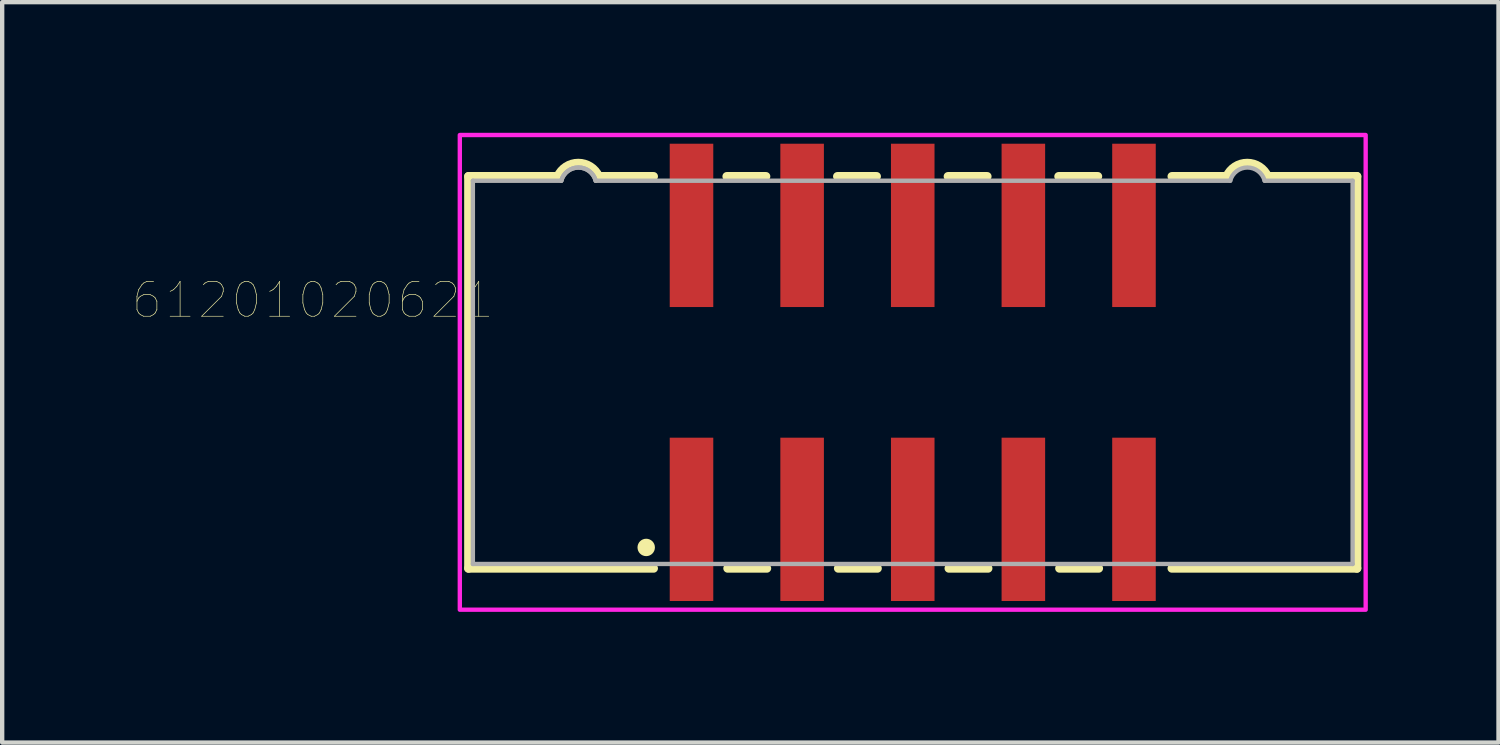
<source format=kicad_pcb>
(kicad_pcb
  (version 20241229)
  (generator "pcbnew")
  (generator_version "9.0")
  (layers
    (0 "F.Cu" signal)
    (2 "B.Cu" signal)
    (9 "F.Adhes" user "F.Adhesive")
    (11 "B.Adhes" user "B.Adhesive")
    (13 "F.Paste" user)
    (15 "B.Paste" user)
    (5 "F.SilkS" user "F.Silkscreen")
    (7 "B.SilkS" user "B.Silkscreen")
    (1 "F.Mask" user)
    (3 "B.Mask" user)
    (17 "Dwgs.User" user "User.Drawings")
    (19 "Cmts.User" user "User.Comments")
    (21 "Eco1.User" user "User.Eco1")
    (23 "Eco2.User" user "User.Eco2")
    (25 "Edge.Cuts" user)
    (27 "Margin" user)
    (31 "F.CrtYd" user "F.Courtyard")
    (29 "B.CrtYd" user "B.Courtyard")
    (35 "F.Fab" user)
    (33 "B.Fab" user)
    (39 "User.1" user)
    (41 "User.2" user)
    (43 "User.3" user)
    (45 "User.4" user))
  (footprint "61201020621"
    (layer "F.Cu")
    (at 17.908 5.5)
    (property "Reference" "61201020621" (at -13.775 -1.658 0) (layer "F.SilkS") (effects (font (size 0.8 0.8) (thickness 0.015))))
    (attr through_hole)
    (fp_line (start -10.2 -4.5) (end -10.2 4.5) (stroke (width 0.2) (type solid)) (layer "F.SilkS"))
    (fp_line (start -10.2 4.5) (end -5.95 4.5) (stroke (width 0.2) (type solid)) (layer "F.SilkS"))
    (fp_line (start -8.15 -4.5) (end -10.2 -4.5) (stroke (width 0.2) (type solid)) (layer "F.SilkS"))
    (fp_line (start -5.95 -4.5) (end -7.21 -4.5) (stroke (width 0.2) (type solid)) (layer "F.SilkS"))
    (fp_line (start -4.25 4.5) (end -3.35 4.5) (stroke (width 0.2) (type solid)) (layer "F.SilkS"))
    (fp_line (start -3.37 -4.5) (end -4.27 -4.5) (stroke (width 0.2) (type solid)) (layer "F.SilkS"))
    (fp_line (start -1.71 4.5) (end -0.81 4.5) (stroke (width 0.2) (type solid)) (layer "F.SilkS"))
    (fp_line (start -0.83 -4.5) (end -1.73 -4.5) (stroke (width 0.2) (type solid)) (layer "F.SilkS"))
    (fp_line (start 0.83 4.5) (end 1.73 4.5) (stroke (width 0.2) (type solid)) (layer "F.SilkS"))
    (fp_line (start 1.71 -4.5) (end 0.81 -4.5) (stroke (width 0.2) (type solid)) (layer "F.SilkS"))
    (fp_line (start 3.37 4.5) (end 4.27 4.5) (stroke (width 0.2) (type solid)) (layer "F.SilkS"))
    (fp_line (start 4.25 -4.5) (end 3.35 -4.5) (stroke (width 0.2) (type solid)) (layer "F.SilkS"))
    (fp_line (start 5.95 -4.5) (end 7.21 -4.5) (stroke (width 0.2) (type solid)) (layer "F.SilkS"))
    (fp_line (start 8.15 -4.5) (end 10.2 -4.5) (stroke (width 0.2) (type solid)) (layer "F.SilkS"))
    (fp_line (start 10.2 -4.5) (end 10.2 4.5) (stroke (width 0.2) (type solid)) (layer "F.SilkS"))
    (fp_line (start 10.2 4.5) (end 5.95 4.5) (stroke (width 0.2) (type solid)) (layer "F.SilkS"))
    (fp_arc (start -8.15 -4.5) (mid -7.68 -4.804782) (end -7.21 -4.5) (stroke (width 0.2) (type solid)) (layer "F.SilkS"))
    (fp_arc (start 7.21 -4.5) (mid 7.68 -4.804782) (end 8.15 -4.5) (stroke (width 0.2) (type solid)) (layer "F.SilkS"))
    (fp_circle (center -6.12 4.02) (end -6.02 4.02) (stroke (width 0.2) (type solid)) (fill no) (layer "F.SilkS"))
    (fp_poly (pts (xy -10.4 -5.45) (xy 10.4 -5.45) (xy 10.4 5.45) (xy -10.4 5.45)) (stroke (width 0.1) (type solid)) (fill no) (layer "F.CrtYd"))
    (fp_line (start -10.1 -4.4) (end -10.1 4.4) (stroke (width 0.1) (type solid)) (layer "F.Fab"))
    (fp_line (start -10.1 4.4) (end 10.1 4.4) (stroke (width 0.1) (type solid)) (layer "F.Fab"))
    (fp_line (start -8.07 -4.4) (end -10.1 -4.4) (stroke (width 0.1) (type solid)) (layer "F.Fab"))
    (fp_line (start 7.29 -4.4) (end -7.28 -4.4) (stroke (width 0.1) (type solid)) (layer "F.Fab"))
    (fp_line (start 10.1 -4.4) (end 8.08 -4.4) (stroke (width 0.1) (type solid)) (layer "F.Fab"))
    (fp_line (start 10.1 4.4) (end 10.1 -4.4) (stroke (width 0.1) (type solid)) (layer "F.Fab"))
    (fp_arc (start -8.07 -4.400001) (mid -7.675 -4.70373) (end -7.28 -4.4) (stroke (width 0.1) (type solid)) (layer "F.Fab"))
    (fp_arc (start -8.07 -4.400001) (mid -7.675 -4.70373) (end -7.28 -4.4) (stroke (width 0.1) (type solid)) (layer "F.Fab"))
    (fp_arc (start 7.29 -4.400001) (mid 7.685 -4.70373) (end 8.08 -4.4) (stroke (width 0.1) (type solid)) (layer "F.Fab"))
    (pad "1" smd rect (at -5.08 3.375) (size 1 3.75) (layers "F.Cu" "F.Mask" "F.Paste"))
    (pad "2" smd rect (at -5.08 -3.375) (size 1 3.75) (layers "F.Cu" "F.Mask" "F.Paste"))
    (pad "3" smd rect (at -2.54 3.375) (size 1 3.75) (layers "F.Cu" "F.Mask" "F.Paste"))
    (pad "4" smd rect (at -2.54 -3.375) (size 1 3.75) (layers "F.Cu" "F.Mask" "F.Paste"))
    (pad "5" smd rect (at 0 3.375) (size 1 3.75) (layers "F.Cu" "F.Mask" "F.Paste"))
    (pad "6" smd rect (at 0 -3.375) (size 1 3.75) (layers "F.Cu" "F.Mask" "F.Paste"))
    (pad "7" smd rect (at 2.54 3.375) (size 1 3.75) (layers "F.Cu" "F.Mask" "F.Paste"))
    (pad "8" smd rect (at 2.54 -3.375) (size 1 3.75) (layers "F.Cu" "F.Mask" "F.Paste"))
    (pad "9" smd rect (at 5.08 3.375) (size 1 3.75) (layers "F.Cu" "F.Mask" "F.Paste"))
    (pad "10" smd rect (at 5.08 -3.375) (size 1 3.75) (layers "F.Cu" "F.Mask" "F.Paste")))
  (gr_rect
    (start -3 -3)
    (end 31.358 14)
    (stroke (width 0.1) (type default))
    (fill no)
    (layer "Edge.Cuts")))
</source>
